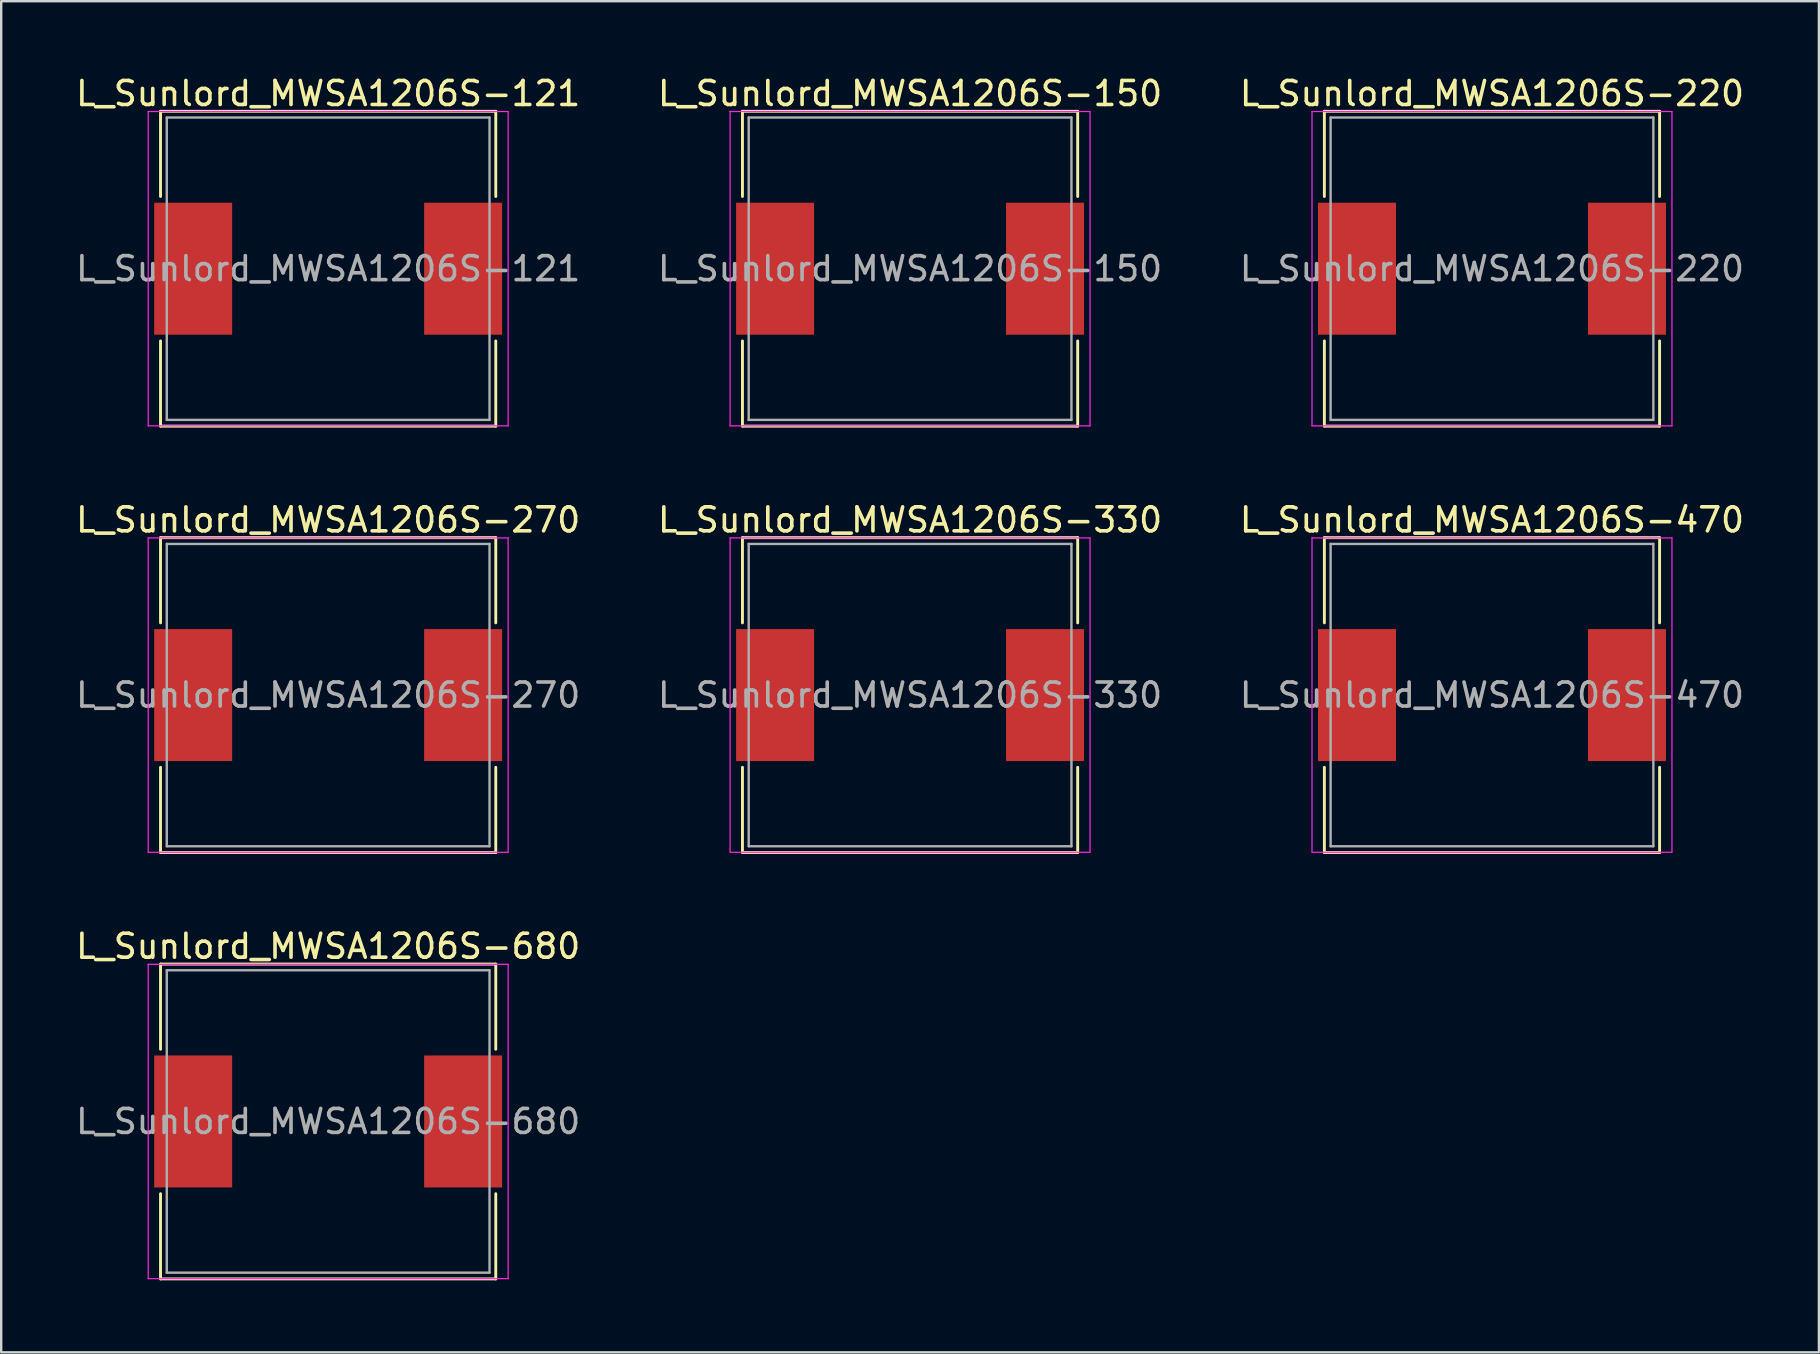
<source format=kicad_pcb>
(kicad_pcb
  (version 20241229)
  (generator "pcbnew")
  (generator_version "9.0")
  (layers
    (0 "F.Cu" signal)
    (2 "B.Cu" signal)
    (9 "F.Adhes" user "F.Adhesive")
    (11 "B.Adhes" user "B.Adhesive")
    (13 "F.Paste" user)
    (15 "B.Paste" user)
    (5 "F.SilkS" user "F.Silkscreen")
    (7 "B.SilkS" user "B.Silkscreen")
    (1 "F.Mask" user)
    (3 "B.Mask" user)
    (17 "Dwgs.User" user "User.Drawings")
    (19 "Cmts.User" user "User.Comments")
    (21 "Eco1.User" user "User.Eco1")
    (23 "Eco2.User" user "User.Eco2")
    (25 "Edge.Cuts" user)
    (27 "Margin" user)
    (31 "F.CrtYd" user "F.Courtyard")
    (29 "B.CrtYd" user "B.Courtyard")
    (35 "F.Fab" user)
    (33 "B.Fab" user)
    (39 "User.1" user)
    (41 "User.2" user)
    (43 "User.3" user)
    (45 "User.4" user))
  (footprint "L_Sunlord_MWSA1206S-220"
    (layer "F.Cu")
    (at 59.125 8.148)
    (property "Reference" "L_Sunlord_MWSA1206S-220" (at 0 -7.3 0) (layer "F.SilkS") (effects (font (size 1 1) (thickness 0.15))))
    (attr smd)
    (fp_line (start -6.985 -6.56) (end -6.985 -3.01) (stroke (width 0.12) (type solid)) (layer "F.SilkS"))
    (fp_line (start -6.985 -6.56) (end 6.985 -6.56) (stroke (width 0.12) (type solid)) (layer "F.SilkS"))
    (fp_line (start -6.985 6.56) (end -6.985 3.01) (stroke (width 0.12) (type solid)) (layer "F.SilkS"))
    (fp_line (start -6.985 6.56) (end 6.985 6.56) (stroke (width 0.12) (type solid)) (layer "F.SilkS"))
    (fp_line (start 6.985 -6.56) (end 6.985 -3.01) (stroke (width 0.12) (type solid)) (layer "F.SilkS"))
    (fp_line (start 6.985 6.56) (end 6.985 3.01) (stroke (width 0.12) (type solid)) (layer "F.SilkS"))
    (fp_line (start -7.5 -6.55) (end -7.5 6.55) (stroke (width 0.05) (type solid)) (layer "F.CrtYd"))
    (fp_line (start -7.5 6.55) (end 7.5 6.55) (stroke (width 0.05) (type solid)) (layer "F.CrtYd"))
    (fp_line (start 7.5 -6.55) (end -7.5 -6.55) (stroke (width 0.05) (type solid)) (layer "F.CrtYd"))
    (fp_line (start 7.5 6.55) (end 7.5 -6.55) (stroke (width 0.05) (type solid)) (layer "F.CrtYd"))
    (fp_line (start -6.725 -6.3) (end -6.725 6.3) (stroke (width 0.1) (type solid)) (layer "F.Fab"))
    (fp_line (start -6.725 6.3) (end 6.725 6.3) (stroke (width 0.1) (type solid)) (layer "F.Fab"))
    (fp_line (start 6.725 -6.3) (end -6.725 -6.3) (stroke (width 0.1) (type solid)) (layer "F.Fab"))
    (fp_line (start 6.725 6.3) (end 6.725 -6.3) (stroke (width 0.1) (type solid)) (layer "F.Fab"))
    (fp_text user "${REFERENCE}" (at 0 0 0) (layer "F.Fab") (effects (font (size 1 1) (thickness 0.15))))
    (pad "1" smd rect (at -5.625 0) (size 3.25 5.5) (layers "F.Cu" "F.Mask" "F.Paste"))
    (pad "2" smd rect (at 5.625 0) (size 3.25 5.5) (layers "F.Cu" "F.Mask" "F.Paste")))
  (footprint "L_Sunlord_MWSA1206S-470"
    (layer "F.Cu")
    (at 59.125 25.916)
    (property "Reference" "L_Sunlord_MWSA1206S-470" (at 0 -7.3 0) (layer "F.SilkS") (effects (font (size 1 1) (thickness 0.15))))
    (attr smd)
    (fp_line (start -6.985 -6.56) (end -6.985 -3.01) (stroke (width 0.12) (type solid)) (layer "F.SilkS"))
    (fp_line (start -6.985 -6.56) (end 6.985 -6.56) (stroke (width 0.12) (type solid)) (layer "F.SilkS"))
    (fp_line (start -6.985 6.56) (end -6.985 3.01) (stroke (width 0.12) (type solid)) (layer "F.SilkS"))
    (fp_line (start -6.985 6.56) (end 6.985 6.56) (stroke (width 0.12) (type solid)) (layer "F.SilkS"))
    (fp_line (start 6.985 -6.56) (end 6.985 -3.01) (stroke (width 0.12) (type solid)) (layer "F.SilkS"))
    (fp_line (start 6.985 6.56) (end 6.985 3.01) (stroke (width 0.12) (type solid)) (layer "F.SilkS"))
    (fp_line (start -7.5 -6.55) (end -7.5 6.55) (stroke (width 0.05) (type solid)) (layer "F.CrtYd"))
    (fp_line (start -7.5 6.55) (end 7.5 6.55) (stroke (width 0.05) (type solid)) (layer "F.CrtYd"))
    (fp_line (start 7.5 -6.55) (end -7.5 -6.55) (stroke (width 0.05) (type solid)) (layer "F.CrtYd"))
    (fp_line (start 7.5 6.55) (end 7.5 -6.55) (stroke (width 0.05) (type solid)) (layer "F.CrtYd"))
    (fp_line (start -6.725 -6.3) (end -6.725 6.3) (stroke (width 0.1) (type solid)) (layer "F.Fab"))
    (fp_line (start -6.725 6.3) (end 6.725 6.3) (stroke (width 0.1) (type solid)) (layer "F.Fab"))
    (fp_line (start 6.725 -6.3) (end -6.725 -6.3) (stroke (width 0.1) (type solid)) (layer "F.Fab"))
    (fp_line (start 6.725 6.3) (end 6.725 -6.3) (stroke (width 0.1) (type solid)) (layer "F.Fab"))
    (fp_text user "${REFERENCE}" (at 0 0 0) (layer "F.Fab") (effects (font (size 1 1) (thickness 0.15))))
    (pad "1" smd rect (at -5.625 0) (size 3.25 5.5) (layers "F.Cu" "F.Mask" "F.Paste"))
    (pad "2" smd rect (at 5.625 0) (size 3.25 5.5) (layers "F.Cu" "F.Mask" "F.Paste")))
  (footprint "L_Sunlord_MWSA1206S-121"
    (layer "F.Cu")
    (at 10.625 8.148)
    (property "Reference" "L_Sunlord_MWSA1206S-121" (at 0 -7.3 0) (layer "F.SilkS") (effects (font (size 1 1) (thickness 0.15))))
    (attr smd)
    (fp_line (start -6.985 -6.56) (end -6.985 -3.01) (stroke (width 0.12) (type solid)) (layer "F.SilkS"))
    (fp_line (start -6.985 -6.56) (end 6.985 -6.56) (stroke (width 0.12) (type solid)) (layer "F.SilkS"))
    (fp_line (start -6.985 6.56) (end -6.985 3.01) (stroke (width 0.12) (type solid)) (layer "F.SilkS"))
    (fp_line (start -6.985 6.56) (end 6.985 6.56) (stroke (width 0.12) (type solid)) (layer "F.SilkS"))
    (fp_line (start 6.985 -6.56) (end 6.985 -3.01) (stroke (width 0.12) (type solid)) (layer "F.SilkS"))
    (fp_line (start 6.985 6.56) (end 6.985 3.01) (stroke (width 0.12) (type solid)) (layer "F.SilkS"))
    (fp_line (start -7.5 -6.55) (end -7.5 6.55) (stroke (width 0.05) (type solid)) (layer "F.CrtYd"))
    (fp_line (start -7.5 6.55) (end 7.5 6.55) (stroke (width 0.05) (type solid)) (layer "F.CrtYd"))
    (fp_line (start 7.5 -6.55) (end -7.5 -6.55) (stroke (width 0.05) (type solid)) (layer "F.CrtYd"))
    (fp_line (start 7.5 6.55) (end 7.5 -6.55) (stroke (width 0.05) (type solid)) (layer "F.CrtYd"))
    (fp_line (start -6.725 -6.3) (end -6.725 6.3) (stroke (width 0.1) (type solid)) (layer "F.Fab"))
    (fp_line (start -6.725 6.3) (end 6.725 6.3) (stroke (width 0.1) (type solid)) (layer "F.Fab"))
    (fp_line (start 6.725 -6.3) (end -6.725 -6.3) (stroke (width 0.1) (type solid)) (layer "F.Fab"))
    (fp_line (start 6.725 6.3) (end 6.725 -6.3) (stroke (width 0.1) (type solid)) (layer "F.Fab"))
    (fp_text user "${REFERENCE}" (at 0 0 0) (layer "F.Fab") (effects (font (size 1 1) (thickness 0.15))))
    (pad "1" smd rect (at -5.625 0) (size 3.25 5.5) (layers "F.Cu" "F.Mask" "F.Paste"))
    (pad "2" smd rect (at 5.625 0) (size 3.25 5.5) (layers "F.Cu" "F.Mask" "F.Paste")))
  (footprint "L_Sunlord_MWSA1206S-150"
    (layer "F.Cu")
    (at 34.875 8.148)
    (property "Reference" "L_Sunlord_MWSA1206S-150" (at 0 -7.3 0) (layer "F.SilkS") (effects (font (size 1 1) (thickness 0.15))))
    (attr smd)
    (fp_line (start -6.985 -6.56) (end -6.985 -3.01) (stroke (width 0.12) (type solid)) (layer "F.SilkS"))
    (fp_line (start -6.985 -6.56) (end 6.985 -6.56) (stroke (width 0.12) (type solid)) (layer "F.SilkS"))
    (fp_line (start -6.985 6.56) (end -6.985 3.01) (stroke (width 0.12) (type solid)) (layer "F.SilkS"))
    (fp_line (start -6.985 6.56) (end 6.985 6.56) (stroke (width 0.12) (type solid)) (layer "F.SilkS"))
    (fp_line (start 6.985 -6.56) (end 6.985 -3.01) (stroke (width 0.12) (type solid)) (layer "F.SilkS"))
    (fp_line (start 6.985 6.56) (end 6.985 3.01) (stroke (width 0.12) (type solid)) (layer "F.SilkS"))
    (fp_line (start -7.5 -6.55) (end -7.5 6.55) (stroke (width 0.05) (type solid)) (layer "F.CrtYd"))
    (fp_line (start -7.5 6.55) (end 7.5 6.55) (stroke (width 0.05) (type solid)) (layer "F.CrtYd"))
    (fp_line (start 7.5 -6.55) (end -7.5 -6.55) (stroke (width 0.05) (type solid)) (layer "F.CrtYd"))
    (fp_line (start 7.5 6.55) (end 7.5 -6.55) (stroke (width 0.05) (type solid)) (layer "F.CrtYd"))
    (fp_line (start -6.725 -6.3) (end -6.725 6.3) (stroke (width 0.1) (type solid)) (layer "F.Fab"))
    (fp_line (start -6.725 6.3) (end 6.725 6.3) (stroke (width 0.1) (type solid)) (layer "F.Fab"))
    (fp_line (start 6.725 -6.3) (end -6.725 -6.3) (stroke (width 0.1) (type solid)) (layer "F.Fab"))
    (fp_line (start 6.725 6.3) (end 6.725 -6.3) (stroke (width 0.1) (type solid)) (layer "F.Fab"))
    (fp_text user "${REFERENCE}" (at 0 0 0) (layer "F.Fab") (effects (font (size 1 1) (thickness 0.15))))
    (pad "1" smd rect (at -5.625 0) (size 3.25 5.5) (layers "F.Cu" "F.Mask" "F.Paste"))
    (pad "2" smd rect (at 5.625 0) (size 3.25 5.5) (layers "F.Cu" "F.Mask" "F.Paste")))
  (footprint "L_Sunlord_MWSA1206S-330"
    (layer "F.Cu")
    (at 34.875 25.916)
    (property "Reference" "L_Sunlord_MWSA1206S-330" (at 0 -7.3 0) (layer "F.SilkS") (effects (font (size 1 1) (thickness 0.15))))
    (attr smd)
    (fp_line (start -6.985 -6.56) (end -6.985 -3.01) (stroke (width 0.12) (type solid)) (layer "F.SilkS"))
    (fp_line (start -6.985 -6.56) (end 6.985 -6.56) (stroke (width 0.12) (type solid)) (layer "F.SilkS"))
    (fp_line (start -6.985 6.56) (end -6.985 3.01) (stroke (width 0.12) (type solid)) (layer "F.SilkS"))
    (fp_line (start -6.985 6.56) (end 6.985 6.56) (stroke (width 0.12) (type solid)) (layer "F.SilkS"))
    (fp_line (start 6.985 -6.56) (end 6.985 -3.01) (stroke (width 0.12) (type solid)) (layer "F.SilkS"))
    (fp_line (start 6.985 6.56) (end 6.985 3.01) (stroke (width 0.12) (type solid)) (layer "F.SilkS"))
    (fp_line (start -7.5 -6.55) (end -7.5 6.55) (stroke (width 0.05) (type solid)) (layer "F.CrtYd"))
    (fp_line (start -7.5 6.55) (end 7.5 6.55) (stroke (width 0.05) (type solid)) (layer "F.CrtYd"))
    (fp_line (start 7.5 -6.55) (end -7.5 -6.55) (stroke (width 0.05) (type solid)) (layer "F.CrtYd"))
    (fp_line (start 7.5 6.55) (end 7.5 -6.55) (stroke (width 0.05) (type solid)) (layer "F.CrtYd"))
    (fp_line (start -6.725 -6.3) (end -6.725 6.3) (stroke (width 0.1) (type solid)) (layer "F.Fab"))
    (fp_line (start -6.725 6.3) (end 6.725 6.3) (stroke (width 0.1) (type solid)) (layer "F.Fab"))
    (fp_line (start 6.725 -6.3) (end -6.725 -6.3) (stroke (width 0.1) (type solid)) (layer "F.Fab"))
    (fp_line (start 6.725 6.3) (end 6.725 -6.3) (stroke (width 0.1) (type solid)) (layer "F.Fab"))
    (fp_text user "${REFERENCE}" (at 0 0 0) (layer "F.Fab") (effects (font (size 1 1) (thickness 0.15))))
    (pad "1" smd rect (at -5.625 0) (size 3.25 5.5) (layers "F.Cu" "F.Mask" "F.Paste"))
    (pad "2" smd rect (at 5.625 0) (size 3.25 5.5) (layers "F.Cu" "F.Mask" "F.Paste")))
  (footprint "L_Sunlord_MWSA1206S-270"
    (layer "F.Cu")
    (at 10.625 25.916)
    (property "Reference" "L_Sunlord_MWSA1206S-270" (at 0 -7.3 0) (layer "F.SilkS") (effects (font (size 1 1) (thickness 0.15))))
    (attr smd)
    (fp_line (start -6.985 -6.56) (end -6.985 -3.01) (stroke (width 0.12) (type solid)) (layer "F.SilkS"))
    (fp_line (start -6.985 -6.56) (end 6.985 -6.56) (stroke (width 0.12) (type solid)) (layer "F.SilkS"))
    (fp_line (start -6.985 6.56) (end -6.985 3.01) (stroke (width 0.12) (type solid)) (layer "F.SilkS"))
    (fp_line (start -6.985 6.56) (end 6.985 6.56) (stroke (width 0.12) (type solid)) (layer "F.SilkS"))
    (fp_line (start 6.985 -6.56) (end 6.985 -3.01) (stroke (width 0.12) (type solid)) (layer "F.SilkS"))
    (fp_line (start 6.985 6.56) (end 6.985 3.01) (stroke (width 0.12) (type solid)) (layer "F.SilkS"))
    (fp_line (start -7.5 -6.55) (end -7.5 6.55) (stroke (width 0.05) (type solid)) (layer "F.CrtYd"))
    (fp_line (start -7.5 6.55) (end 7.5 6.55) (stroke (width 0.05) (type solid)) (layer "F.CrtYd"))
    (fp_line (start 7.5 -6.55) (end -7.5 -6.55) (stroke (width 0.05) (type solid)) (layer "F.CrtYd"))
    (fp_line (start 7.5 6.55) (end 7.5 -6.55) (stroke (width 0.05) (type solid)) (layer "F.CrtYd"))
    (fp_line (start -6.725 -6.3) (end -6.725 6.3) (stroke (width 0.1) (type solid)) (layer "F.Fab"))
    (fp_line (start -6.725 6.3) (end 6.725 6.3) (stroke (width 0.1) (type solid)) (layer "F.Fab"))
    (fp_line (start 6.725 -6.3) (end -6.725 -6.3) (stroke (width 0.1) (type solid)) (layer "F.Fab"))
    (fp_line (start 6.725 6.3) (end 6.725 -6.3) (stroke (width 0.1) (type solid)) (layer "F.Fab"))
    (fp_text user "${REFERENCE}" (at 0 0 0) (layer "F.Fab") (effects (font (size 1 1) (thickness 0.15))))
    (pad "1" smd rect (at -5.625 0) (size 3.25 5.5) (layers "F.Cu" "F.Mask" "F.Paste"))
    (pad "2" smd rect (at 5.625 0) (size 3.25 5.5) (layers "F.Cu" "F.Mask" "F.Paste")))
  (footprint "L_Sunlord_MWSA1206S-680"
    (layer "F.Cu")
    (at 10.625 43.685)
    (property "Reference" "L_Sunlord_MWSA1206S-680" (at 0 -7.3 0) (layer "F.SilkS") (effects (font (size 1 1) (thickness 0.15))))
    (attr smd)
    (fp_line (start -6.985 -6.56) (end -6.985 -3.01) (stroke (width 0.12) (type solid)) (layer "F.SilkS"))
    (fp_line (start -6.985 -6.56) (end 6.985 -6.56) (stroke (width 0.12) (type solid)) (layer "F.SilkS"))
    (fp_line (start -6.985 6.56) (end -6.985 3.01) (stroke (width 0.12) (type solid)) (layer "F.SilkS"))
    (fp_line (start -6.985 6.56) (end 6.985 6.56) (stroke (width 0.12) (type solid)) (layer "F.SilkS"))
    (fp_line (start 6.985 -6.56) (end 6.985 -3.01) (stroke (width 0.12) (type solid)) (layer "F.SilkS"))
    (fp_line (start 6.985 6.56) (end 6.985 3.01) (stroke (width 0.12) (type solid)) (layer "F.SilkS"))
    (fp_line (start -7.5 -6.55) (end -7.5 6.55) (stroke (width 0.05) (type solid)) (layer "F.CrtYd"))
    (fp_line (start -7.5 6.55) (end 7.5 6.55) (stroke (width 0.05) (type solid)) (layer "F.CrtYd"))
    (fp_line (start 7.5 -6.55) (end -7.5 -6.55) (stroke (width 0.05) (type solid)) (layer "F.CrtYd"))
    (fp_line (start 7.5 6.55) (end 7.5 -6.55) (stroke (width 0.05) (type solid)) (layer "F.CrtYd"))
    (fp_line (start -6.725 -6.3) (end -6.725 6.3) (stroke (width 0.1) (type solid)) (layer "F.Fab"))
    (fp_line (start -6.725 6.3) (end 6.725 6.3) (stroke (width 0.1) (type solid)) (layer "F.Fab"))
    (fp_line (start 6.725 -6.3) (end -6.725 -6.3) (stroke (width 0.1) (type solid)) (layer "F.Fab"))
    (fp_line (start 6.725 6.3) (end 6.725 -6.3) (stroke (width 0.1) (type solid)) (layer "F.Fab"))
    (fp_text user "${REFERENCE}" (at 0 0 0) (layer "F.Fab") (effects (font (size 1 1) (thickness 0.15))))
    (pad "1" smd rect (at -5.625 0) (size 3.25 5.5) (layers "F.Cu" "F.Mask" "F.Paste"))
    (pad "2" smd rect (at 5.625 0) (size 3.25 5.5) (layers "F.Cu" "F.Mask" "F.Paste")))
  (gr_rect
    (start -3 -3)
    (end 72.75 53.305)
    (stroke (width 0.1) (type default))
    (fill no)
    (layer "Edge.Cuts")))
</source>
